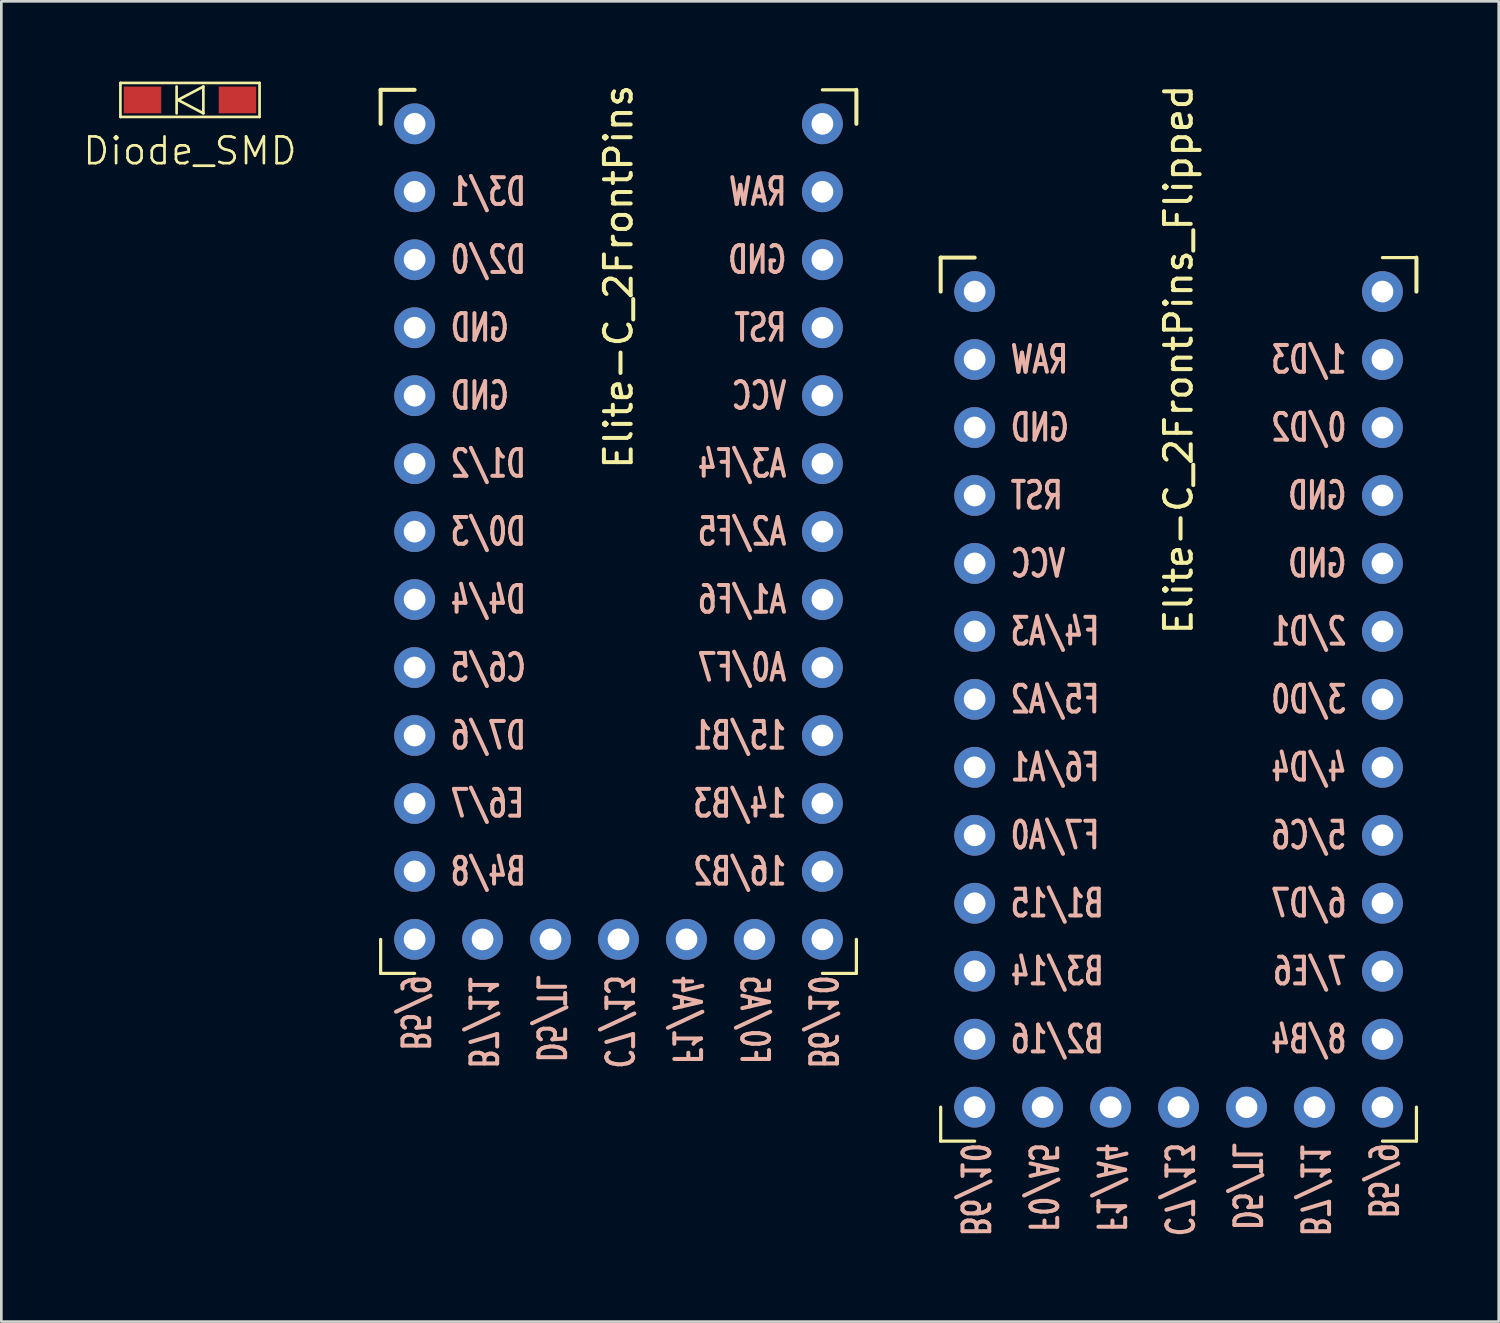
<source format=kicad_pcb>
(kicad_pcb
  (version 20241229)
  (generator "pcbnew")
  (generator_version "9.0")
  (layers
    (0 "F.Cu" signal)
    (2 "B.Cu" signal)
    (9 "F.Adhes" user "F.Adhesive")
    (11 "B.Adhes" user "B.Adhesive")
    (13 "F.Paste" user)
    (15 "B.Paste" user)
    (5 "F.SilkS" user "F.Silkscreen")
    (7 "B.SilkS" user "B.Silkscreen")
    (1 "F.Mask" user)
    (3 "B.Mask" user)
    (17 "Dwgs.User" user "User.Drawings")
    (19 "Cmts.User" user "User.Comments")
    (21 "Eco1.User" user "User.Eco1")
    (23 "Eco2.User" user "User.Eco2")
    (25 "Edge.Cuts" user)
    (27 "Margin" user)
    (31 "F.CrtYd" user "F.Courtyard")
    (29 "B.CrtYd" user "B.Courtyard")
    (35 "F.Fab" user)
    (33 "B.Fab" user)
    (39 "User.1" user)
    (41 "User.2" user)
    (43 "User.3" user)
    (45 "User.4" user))
  (footprint "Elite-C_2FrontPins"
    (layer "F.Cu")
    (at 20.065 16.817)
    (property "Reference" "Elite-C_2FrontPins" (at 0 -9.525 90) (unlocked yes) (layer "F.SilkS") (effects (font (size 1 1) (thickness 0.15))))
    (attr through_hole)
    (fp_line (start -8.89 -16.51) (end -8.89 -15.24) (stroke (width 0.15) (type solid)) (layer "F.SilkS"))
    (fp_line (start -8.89 -16.51) (end -7.62 -16.51) (stroke (width 0.15) (type solid)) (layer "F.SilkS"))
    (fp_line (start -8.89 16.51) (end -8.89 15.24) (stroke (width 0.12) (type solid)) (layer "F.SilkS"))
    (fp_line (start -8.89 16.51) (end -7.62 16.51) (stroke (width 0.12) (type solid)) (layer "F.SilkS"))
    (fp_line (start 8.89 -16.51) (end 7.62 -16.51) (stroke (width 0.12) (type solid)) (layer "F.SilkS"))
    (fp_line (start 8.89 -16.51) (end 8.89 -15.24) (stroke (width 0.15) (type solid)) (layer "F.SilkS"))
    (fp_line (start 8.89 16.51) (end 7.62 16.51) (stroke (width 0.12) (type solid)) (layer "F.SilkS"))
    (fp_line (start 8.89 16.51) (end 8.89 15.24) (stroke (width 0.12) (type solid)) (layer "F.SilkS"))
    (fp_text user "B4/8" (at -6.35 12.7 0) (unlocked yes) (layer "B.SilkS") (effects (font (size 1 0.7) (thickness 0.15)) (justify right mirror)))
    (fp_text user "VCC" (at 6.35 -5.08 0) (unlocked yes) (layer "B.SilkS") (effects (font (size 1 0.7) (thickness 0.15)) (justify left mirror)))
    (fp_text user "GND" (at -6.35 -7.62 0) (unlocked yes) (layer "B.SilkS") (effects (font (size 1 0.7) (thickness 0.15)) (justify right mirror)))
    (fp_text user "D1/2" (at -6.35 -2.54 0) (unlocked yes) (layer "B.SilkS") (effects (font (size 1 0.7) (thickness 0.15)) (justify right mirror)))
    (fp_text user "14/B3" (at 6.35 10.16 0) (unlocked yes) (layer "B.SilkS") (effects (font (size 1 0.7) (thickness 0.15)) (justify left mirror)))
    (fp_text user "RST" (at 6.35 -7.62 0) (unlocked yes) (layer "B.SilkS") (effects (font (size 1 0.7) (thickness 0.15)) (justify left mirror)))
    (fp_text user "D5/TL" (at -2.54 16.51 270) (unlocked yes) (layer "B.SilkS") (effects (font (size 1 0.7) (thickness 0.15)) (justify right mirror)))
    (fp_text user "A1/F6" (at 6.35 2.54 0) (unlocked yes) (layer "B.SilkS") (effects (font (size 1 0.7) (thickness 0.15)) (justify left mirror)))
    (fp_text user "16/B2" (at 6.35 12.7 0) (unlocked yes) (layer "B.SilkS") (effects (font (size 1 0.7) (thickness 0.15)) (justify left mirror)))
    (fp_text user "C6/5" (at -6.35 5.08 0) (unlocked yes) (layer "B.SilkS") (effects (font (size 1 0.7) (thickness 0.15)) (justify right mirror)))
    (fp_text user "B6/10" (at 7.62 16.51 270) (unlocked yes) (layer "B.SilkS") (effects (font (size 1 0.7) (thickness 0.15)) (justify right mirror)))
    (fp_text user "D2/0" (at -6.35 -10.16 0) (unlocked yes) (layer "B.SilkS") (effects (font (size 1 0.7) (thickness 0.15)) (justify right mirror)))
    (fp_text user "D4/4" (at -6.35 2.54 0) (unlocked yes) (layer "B.SilkS") (effects (font (size 1 0.7) (thickness 0.15)) (justify right mirror)))
    (fp_text user "A3/F4" (at 6.35 -2.54 0) (unlocked yes) (layer "B.SilkS") (effects (font (size 1 0.7) (thickness 0.15)) (justify left mirror)))
    (fp_text user "D3/1" (at -6.35 -12.7 0) (unlocked yes) (layer "B.SilkS") (effects (font (size 1 0.7) (thickness 0.15)) (justify right mirror)))
    (fp_text user "RAW" (at 6.35 -12.7 0) (unlocked yes) (layer "B.SilkS") (effects (font (size 1 0.7) (thickness 0.15)) (justify left mirror)))
    (fp_text user "C7/13" (at 0 16.51 270) (unlocked yes) (layer "B.SilkS") (effects (font (size 1 0.7) (thickness 0.15)) (justify right mirror)))
    (fp_text user "A2/F5" (at 6.35 0 0) (unlocked yes) (layer "B.SilkS") (effects (font (size 1 0.7) (thickness 0.15)) (justify left mirror)))
    (fp_text user "D0/3" (at -6.35 0 0) (unlocked yes) (layer "B.SilkS") (effects (font (size 1 0.7) (thickness 0.15)) (justify right mirror)))
    (fp_text user "E6/7" (at -6.35 10.16 0) (unlocked yes) (layer "B.SilkS") (effects (font (size 1 0.7) (thickness 0.15)) (justify right mirror)))
    (fp_text user "GND" (at -6.35 -5.08 0) (unlocked yes) (layer "B.SilkS") (effects (font (size 1 0.7) (thickness 0.15)) (justify right mirror)))
    (fp_text user "A0/F7" (at 6.35 5.08 0) (unlocked yes) (layer "B.SilkS") (effects (font (size 1 0.7) (thickness 0.15)) (justify left mirror)))
    (fp_text user "F0/A5" (at 5.08 16.51 270) (unlocked yes) (layer "B.SilkS") (effects (font (size 1 0.7) (thickness 0.15)) (justify right mirror)))
    (fp_text user "D7/6" (at -6.35 7.62 0) (unlocked yes) (layer "B.SilkS") (effects (font (size 1 0.7) (thickness 0.15)) (justify right mirror)))
    (fp_text user "F1/A4" (at 2.54 16.51 270) (unlocked yes) (layer "B.SilkS") (effects (font (size 1 0.7) (thickness 0.15)) (justify right mirror)))
    (fp_text user "B7/11" (at -5.08 16.51 270) (unlocked yes) (layer "B.SilkS") (effects (font (size 1 0.7) (thickness 0.15)) (justify right mirror)))
    (fp_text user "15/B1" (at 6.35 7.62 0) (unlocked yes) (layer "B.SilkS") (effects (font (size 1 0.7) (thickness 0.15)) (justify left mirror)))
    (fp_text user "GND" (at 6.35 -10.16 0) (unlocked yes) (layer "B.SilkS") (effects (font (size 1 0.7) (thickness 0.15)) (justify left mirror)))
    (fp_text user "B5/9" (at -7.62 16.51 270) (unlocked yes) (layer "B.SilkS") (effects (font (size 1 0.7) (thickness 0.15)) (justify right mirror)))
    (pad "1" thru_hole circle (at -7.62 -12.7) (size 1.524 1.524) (drill 0.813) (layers "*.Cu" "B.Mask"))
    (pad "2" thru_hole circle (at -7.62 -10.16) (size 1.524 1.524) (drill 0.813) (layers "*.Cu" "B.Mask"))
    (pad "3" thru_hole circle (at -7.62 -7.62) (size 1.524 1.524) (drill 0.813) (layers "*.Cu" "B.Mask"))
    (pad "4" thru_hole circle (at -7.62 -5.08) (size 1.524 1.524) (drill 0.813) (layers "*.Cu" "B.Mask"))
    (pad "5" thru_hole circle (at -7.62 -2.54) (size 1.524 1.524) (drill 0.813) (layers "*.Cu" "B.Mask"))
    (pad "6" thru_hole circle (at -7.62 0) (size 1.524 1.524) (drill 0.813) (layers "*.Cu" "B.Mask"))
    (pad "7" thru_hole circle (at -7.62 2.54) (size 1.524 1.524) (drill 0.813) (layers "*.Cu" "B.Mask"))
    (pad "8" thru_hole circle (at -7.62 5.08) (size 1.524 1.524) (drill 0.813) (layers "*.Cu" "B.Mask"))
    (pad "9" thru_hole circle (at -7.62 7.62) (size 1.524 1.524) (drill 0.813) (layers "*.Cu" "B.Mask"))
    (pad "10" thru_hole circle (at -7.62 10.16) (size 1.524 1.524) (drill 0.813) (layers "*.Cu" "B.Mask"))
    (pad "11" thru_hole circle (at -7.62 12.7) (size 1.524 1.524) (drill 0.813) (layers "*.Cu" "B.Mask"))
    (pad "12" thru_hole circle (at -7.62 15.24) (size 1.524 1.524) (drill 0.813) (layers "*.Cu" "B.Mask"))
    (pad "13" thru_hole circle (at 7.62 15.24) (size 1.524 1.524) (drill 0.813) (layers "*.Cu" "B.Mask"))
    (pad "14" thru_hole circle (at 7.62 12.7) (size 1.524 1.524) (drill 0.813) (layers "*.Cu" "B.Mask"))
    (pad "15" thru_hole circle (at 7.62 10.16) (size 1.524 1.524) (drill 0.813) (layers "*.Cu" "B.Mask"))
    (pad "16" thru_hole circle (at 7.62 7.62) (size 1.524 1.524) (drill 0.813) (layers "*.Cu" "B.Mask"))
    (pad "17" thru_hole circle (at 7.62 5.08) (size 1.524 1.524) (drill 0.813) (layers "*.Cu" "B.Mask"))
    (pad "18" thru_hole circle (at 7.62 2.54) (size 1.524 1.524) (drill 0.813) (layers "*.Cu" "B.Mask"))
    (pad "19" thru_hole circle (at 7.62 0) (size 1.524 1.524) (drill 0.813) (layers "*.Cu" "B.Mask"))
    (pad "20" thru_hole circle (at 7.62 -2.54) (size 1.524 1.524) (drill 0.813) (layers "*.Cu" "B.Mask"))
    (pad "21" thru_hole circle (at 7.62 -5.08) (size 1.524 1.524) (drill 0.813) (layers "*.Cu" "B.Mask"))
    (pad "22" thru_hole circle (at 7.62 -7.62) (size 1.524 1.524) (drill 0.813) (layers "*.Cu" "B.Mask"))
    (pad "23" thru_hole circle (at 7.62 -10.16) (size 1.524 1.524) (drill 0.813) (layers "*.Cu" "B.Mask"))
    (pad "24" thru_hole circle (at 7.62 -12.7) (size 1.524 1.524) (drill 0.813) (layers "*.Cu" "B.Mask"))
    (pad "25" thru_hole circle (at -7.62 -15.24) (size 1.524 1.524) (drill 0.813) (layers "*.Cu" "*.Mask"))
    (pad "26" thru_hole circle (at 7.62 -15.24) (size 1.524 1.524) (drill 0.813) (layers "*.Cu" "*.Mask"))
    (pad "27" thru_hole circle (at -5.08 15.24) (size 1.524 1.524) (drill 0.813) (layers "*.Cu" "B.Mask"))
    (pad "28" thru_hole circle (at -2.54 15.24) (size 1.524 1.524) (drill 0.813) (layers "*.Cu" "B.Mask"))
    (pad "29" thru_hole circle (at 0 15.24) (size 1.524 1.524) (drill 0.813) (layers "*.Cu" "B.Mask"))
    (pad "30" thru_hole circle (at 2.54 15.24) (size 1.524 1.524) (drill 0.813) (layers "*.Cu" "B.Mask"))
    (pad "31" thru_hole circle (at 5.08 15.24) (size 1.524 1.524) (drill 0.813) (layers "*.Cu" "B.Mask")))
  (footprint "Diode_SMD"
    (layer "F.Cu")
    (at 4.05 0.685)
    (property "Reference" "Diode_SMD" (at 0 1.905 0) (unlocked yes) (layer "F.SilkS") (effects (font (size 1 1) (thickness 0.1))))
    (attr smd)
    (fp_line (start -2.6 -0.635) (end 2.6 -0.635) (stroke (width 0.1) (type solid)) (layer "F.SilkS"))
    (fp_line (start -2.6 0.635) (end -2.6 -0.635) (stroke (width 0.1) (type solid)) (layer "F.SilkS"))
    (fp_line (start -0.5 -0.5) (end -0.5 0.5) (stroke (width 0.1) (type solid)) (layer "F.SilkS"))
    (fp_line (start -0.45 0) (end 0.5 -0.5) (stroke (width 0.1) (type solid)) (layer "F.SilkS"))
    (fp_line (start 0.5 -0.5) (end 0.5 0.5) (stroke (width 0.1) (type solid)) (layer "F.SilkS"))
    (fp_line (start 0.5 0.5) (end -0.45 0) (stroke (width 0.1) (type solid)) (layer "F.SilkS"))
    (fp_line (start 2.6 -0.635) (end 2.6 0.635) (stroke (width 0.1) (type solid)) (layer "F.SilkS"))
    (fp_line (start 2.6 0.635) (end -2.6 0.635) (stroke (width 0.1) (type solid)) (layer "F.SilkS"))
    (pad "1" smd rect (at -1.775 0) (size 1.4 1) (layers "F.Cu" "F.Mask" "F.Paste"))
    (pad "2" smd rect (at 1.775 0) (size 1.4 1) (layers "F.Cu" "F.Mask" "F.Paste")))
  (footprint "Elite-C_2FrontPins_Flipped"
    (layer "F.Cu")
    (at 40.995 23.087)
    (property "Reference" "Elite-C_2FrontPins_Flipped" (at 0 -12.7 90) (unlocked yes) (layer "F.SilkS") (effects (font (size 1 1) (thickness 0.15))))
    (attr through_hole)
    (fp_line (start -8.89 -16.51) (end -8.89 -15.24) (stroke (width 0.15) (type solid)) (layer "F.SilkS"))
    (fp_line (start -8.89 -16.51) (end -7.62 -16.51) (stroke (width 0.15) (type solid)) (layer "F.SilkS"))
    (fp_line (start -8.89 16.51) (end -8.89 15.24) (stroke (width 0.12) (type solid)) (layer "F.SilkS"))
    (fp_line (start -8.89 16.51) (end -7.62 16.51) (stroke (width 0.12) (type solid)) (layer "F.SilkS"))
    (fp_line (start 8.89 -16.51) (end 7.62 -16.51) (stroke (width 0.12) (type solid)) (layer "F.SilkS"))
    (fp_line (start 8.89 -16.51) (end 8.89 -15.24) (stroke (width 0.15) (type solid)) (layer "F.SilkS"))
    (fp_line (start 8.89 16.51) (end 7.62 16.51) (stroke (width 0.12) (type solid)) (layer "F.SilkS"))
    (fp_line (start 8.89 16.51) (end 8.89 15.24) (stroke (width 0.12) (type solid)) (layer "F.SilkS"))
    (fp_text user "RST" (at -6.35 -7.62 0) (unlocked yes) (layer "B.SilkS") (effects (font (size 1 0.7) (thickness 0.15)) (justify right mirror)))
    (fp_text user "B3/14" (at -6.35 10.16 0) (unlocked yes) (layer "B.SilkS") (effects (font (size 1 0.7) (thickness 0.15)) (justify right mirror)))
    (fp_text user "5/C6" (at 6.35 5.08 0) (unlocked yes) (layer "B.SilkS") (effects (font (size 1 0.7) (thickness 0.15)) (justify left mirror)))
    (fp_text user "GND" (at 6.35 -5.08 0) (unlocked yes) (layer "B.SilkS") (effects (font (size 1 0.7) (thickness 0.15)) (justify left mirror)))
    (fp_text user "F0/A5" (at -5.08 16.51 270) (unlocked yes) (layer "B.SilkS") (effects (font (size 1 0.7) (thickness 0.15)) (justify right mirror)))
    (fp_text user "B6/10" (at -7.62 16.51 270) (unlocked yes) (layer "B.SilkS") (effects (font (size 1 0.7) (thickness 0.15)) (justify right mirror)))
    (fp_text user "GND" (at -6.35 -10.16 0) (unlocked yes) (layer "B.SilkS") (effects (font (size 1 0.7) (thickness 0.15)) (justify right mirror)))
    (fp_text user "8/B4" (at 6.35 12.7 0) (unlocked yes) (layer "B.SilkS") (effects (font (size 1 0.7) (thickness 0.15)) (justify left mirror)))
    (fp_text user "F7/A0" (at -6.35 5.08 0) (unlocked yes) (layer "B.SilkS") (effects (font (size 1 0.7) (thickness 0.15)) (justify right mirror)))
    (fp_text user "B5/9" (at 7.62 16.51 270) (unlocked yes) (layer "B.SilkS") (effects (font (size 1 0.7) (thickness 0.15)) (justify right mirror)))
    (fp_text user "0/D2" (at 6.35 -10.16 0) (unlocked yes) (layer "B.SilkS") (effects (font (size 1 0.7) (thickness 0.15)) (justify left mirror)))
    (fp_text user "6/D7" (at 6.35 7.62 0) (unlocked yes) (layer "B.SilkS") (effects (font (size 1 0.7) (thickness 0.15)) (justify left mirror)))
    (fp_text user "D5/TL" (at 2.54 16.51 270) (unlocked yes) (layer "B.SilkS") (effects (font (size 1 0.7) (thickness 0.15)) (justify right mirror)))
    (fp_text user "1/D3" (at 6.35 -12.7 0) (unlocked yes) (layer "B.SilkS") (effects (font (size 1 0.7) (thickness 0.15)) (justify left mirror)))
    (fp_text user "F1/A4" (at -2.54 16.51 270) (unlocked yes) (layer "B.SilkS") (effects (font (size 1 0.7) (thickness 0.15)) (justify right mirror)))
    (fp_text user "B1/15" (at -6.35 7.62 0) (unlocked yes) (layer "B.SilkS") (effects (font (size 1 0.7) (thickness 0.15)) (justify right mirror)))
    (fp_text user "B2/16" (at -6.35 12.7 0) (unlocked yes) (layer "B.SilkS") (effects (font (size 1 0.7) (thickness 0.15)) (justify right mirror)))
    (fp_text user "C7/13" (at 0 16.51 270) (unlocked yes) (layer "B.SilkS") (effects (font (size 1 0.7) (thickness 0.15)) (justify right mirror)))
    (fp_text user "RAW" (at -6.35 -12.7 0) (unlocked yes) (layer "B.SilkS") (effects (font (size 1 0.7) (thickness 0.15)) (justify right mirror)))
    (fp_text user "GND" (at 6.35 -7.62 0) (unlocked yes) (layer "B.SilkS") (effects (font (size 1 0.7) (thickness 0.15)) (justify left mirror)))
    (fp_text user "B7/11" (at 5.08 16.51 270) (unlocked yes) (layer "B.SilkS") (effects (font (size 1 0.7) (thickness 0.15)) (justify right mirror)))
    (fp_text user "4/D4" (at 6.35 2.54 0) (unlocked yes) (layer "B.SilkS") (effects (font (size 1 0.7) (thickness 0.15)) (justify left mirror)))
    (fp_text user "2/D1" (at 6.35 -2.54 0) (unlocked yes) (layer "B.SilkS") (effects (font (size 1 0.7) (thickness 0.15)) (justify left mirror)))
    (fp_text user "F6/A1" (at -6.35 2.54 0) (unlocked yes) (layer "B.SilkS") (effects (font (size 1 0.7) (thickness 0.15)) (justify right mirror)))
    (fp_text user "F5/A2" (at -6.35 0 0) (unlocked yes) (layer "B.SilkS") (effects (font (size 1 0.7) (thickness 0.15)) (justify right mirror)))
    (fp_text user "VCC" (at -6.35 -5.08 0) (unlocked yes) (layer "B.SilkS") (effects (font (size 1 0.7) (thickness 0.15)) (justify right mirror)))
    (fp_text user "F4/A3" (at -6.35 -2.54 0) (unlocked yes) (layer "B.SilkS") (effects (font (size 1 0.7) (thickness 0.15)) (justify right mirror)))
    (fp_text user "3/D0" (at 6.35 0 0) (unlocked yes) (layer "B.SilkS") (effects (font (size 1 0.7) (thickness 0.15)) (justify left mirror)))
    (fp_text user "7/E6" (at 6.35 10.16 0) (unlocked yes) (layer "B.SilkS") (effects (font (size 1 0.7) (thickness 0.15)) (justify left mirror)))
    (pad "1" thru_hole circle (at 7.62 -12.7) (size 1.524 1.524) (drill 0.813) (layers "*.Cu" "*.Mask"))
    (pad "2" thru_hole circle (at 7.62 -10.16) (size 1.524 1.524) (drill 0.813) (layers "*.Cu" "*.Mask"))
    (pad "3" thru_hole circle (at 7.62 -7.62) (size 1.524 1.524) (drill 0.813) (layers "*.Cu" "*.Mask"))
    (pad "4" thru_hole circle (at 7.62 -5.08) (size 1.524 1.524) (drill 0.813) (layers "*.Cu" "*.Mask"))
    (pad "5" thru_hole circle (at 7.62 -2.54) (size 1.524 1.524) (drill 0.813) (layers "*.Cu" "*.Mask"))
    (pad "6" thru_hole circle (at 7.62 0) (size 1.524 1.524) (drill 0.813) (layers "*.Cu" "*.Mask"))
    (pad "7" thru_hole circle (at 7.62 2.54) (size 1.524 1.524) (drill 0.813) (layers "*.Cu" "*.Mask"))
    (pad "8" thru_hole circle (at 7.62 5.08) (size 1.524 1.524) (drill 0.813) (layers "*.Cu" "*.Mask"))
    (pad "9" thru_hole circle (at 7.62 7.62) (size 1.524 1.524) (drill 0.813) (layers "*.Cu" "*.Mask"))
    (pad "10" thru_hole circle (at 7.62 10.16) (size 1.524 1.524) (drill 0.813) (layers "*.Cu" "*.Mask"))
    (pad "11" thru_hole circle (at 7.62 12.7) (size 1.524 1.524) (drill 0.813) (layers "*.Cu" "*.Mask"))
    (pad "12" thru_hole circle (at 7.62 15.24) (size 1.524 1.524) (drill 0.813) (layers "*.Cu" "*.Mask"))
    (pad "13" thru_hole circle (at -7.62 15.24) (size 1.524 1.524) (drill 0.813) (layers "*.Cu" "*.Mask"))
    (pad "14" thru_hole circle (at -7.62 12.7) (size 1.524 1.524) (drill 0.813) (layers "*.Cu" "*.Mask"))
    (pad "15" thru_hole circle (at -7.62 10.16) (size 1.524 1.524) (drill 0.813) (layers "*.Cu" "*.Mask"))
    (pad "16" thru_hole circle (at -7.62 7.62) (size 1.524 1.524) (drill 0.813) (layers "*.Cu" "*.Mask"))
    (pad "17" thru_hole circle (at -7.62 5.08) (size 1.524 1.524) (drill 0.813) (layers "*.Cu" "*.Mask"))
    (pad "18" thru_hole circle (at -7.62 2.54) (size 1.524 1.524) (drill 0.813) (layers "*.Cu" "*.Mask"))
    (pad "19" thru_hole circle (at -7.62 0) (size 1.524 1.524) (drill 0.813) (layers "*.Cu" "*.Mask"))
    (pad "20" thru_hole circle (at -7.62 -2.54) (size 1.524 1.524) (drill 0.813) (layers "*.Cu" "*.Mask"))
    (pad "21" thru_hole circle (at -7.62 -5.08) (size 1.524 1.524) (drill 0.813) (layers "*.Cu" "*.Mask"))
    (pad "22" thru_hole circle (at -7.62 -7.62) (size 1.524 1.524) (drill 0.813) (layers "*.Cu" "*.Mask"))
    (pad "23" thru_hole circle (at -7.62 -10.16) (size 1.524 1.524) (drill 0.813) (layers "*.Cu" "*.Mask"))
    (pad "24" thru_hole circle (at -7.62 -12.7) (size 1.524 1.524) (drill 0.813) (layers "*.Cu" "*.Mask"))
    (pad "25" thru_hole circle (at 7.62 -15.24) (size 1.524 1.524) (drill 0.813) (layers "*.Cu" "*.Mask"))
    (pad "26" thru_hole circle (at -7.62 -15.24) (size 1.524 1.524) (drill 0.813) (layers "*.Cu" "*.Mask"))
    (pad "27" thru_hole circle (at 5.08 15.24) (size 1.524 1.524) (drill 0.813) (layers "*.Cu" "*.Mask"))
    (pad "28" thru_hole circle (at 2.54 15.24) (size 1.524 1.524) (drill 0.813) (layers "*.Cu" "*.Mask"))
    (pad "29" thru_hole circle (at 0 15.24) (size 1.524 1.524) (drill 0.813) (layers "*.Cu" "*.Mask"))
    (pad "30" thru_hole circle (at -2.54 15.24) (size 1.524 1.524) (drill 0.813) (layers "*.Cu" "*.Mask"))
    (pad "31" thru_hole circle (at -5.08 15.24) (size 1.524 1.524) (drill 0.813) (layers "*.Cu" "*.Mask")))
  (gr_rect
    (start -3 -3)
    (end 52.96 46.34)
    (stroke (width 0.1) (type default))
    (fill no)
    (layer "Edge.Cuts")))
</source>
